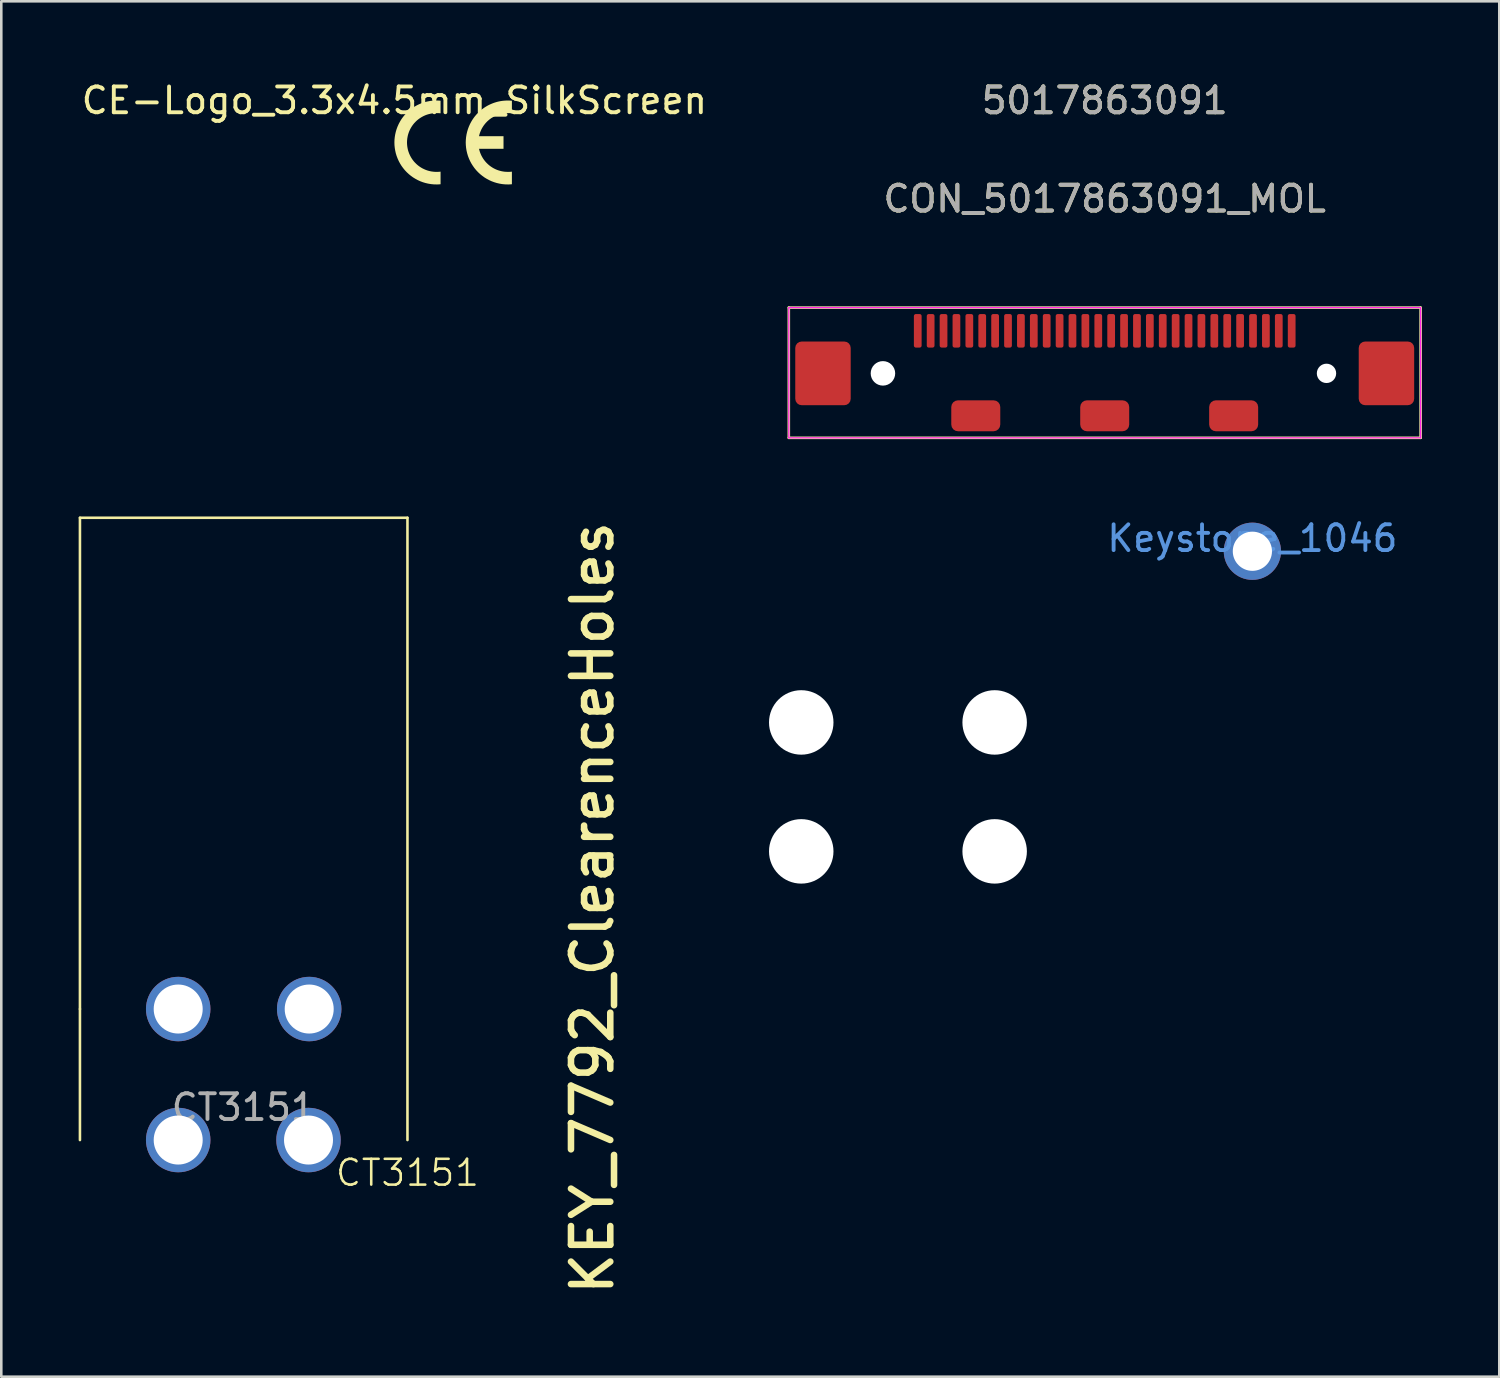
<source format=kicad_pcb>
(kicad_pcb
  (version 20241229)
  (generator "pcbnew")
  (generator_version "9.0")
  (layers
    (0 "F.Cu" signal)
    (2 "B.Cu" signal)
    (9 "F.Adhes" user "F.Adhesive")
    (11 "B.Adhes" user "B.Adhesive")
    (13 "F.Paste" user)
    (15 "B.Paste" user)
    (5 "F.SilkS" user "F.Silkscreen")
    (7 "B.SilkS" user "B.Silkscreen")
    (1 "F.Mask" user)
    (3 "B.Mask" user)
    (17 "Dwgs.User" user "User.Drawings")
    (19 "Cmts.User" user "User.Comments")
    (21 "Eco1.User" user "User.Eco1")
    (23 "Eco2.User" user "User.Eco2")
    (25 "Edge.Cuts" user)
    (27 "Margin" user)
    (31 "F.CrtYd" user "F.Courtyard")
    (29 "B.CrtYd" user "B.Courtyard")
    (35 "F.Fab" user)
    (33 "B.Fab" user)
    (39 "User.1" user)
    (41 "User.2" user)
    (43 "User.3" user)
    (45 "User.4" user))
  (footprint "Keystone_1046"
    (layer "F.Cu")
    (at 45.514 18.326)
    (property "Reference" "Keystone_1046" (at 0 -0.5 0) (unlocked yes) (layer "Cmts.User") (effects (font (size 1 1) (thickness 0.15))))
    (attr through_hole)
    (fp_text user "${REFERENCE}" (at 0 2 0) (unlocked yes) (layer "User.6") (effects (font (size 1 1) (thickness 0.15))))
    (pad "1" thru_hole circle (at 0 0) (size 2.22 2.22) (drill 1.52) (layers "*.Cu" "*.Mask")))
  (footprint "CON_5017863091_MOL"
    (layer "F.Cu")
    (at 39.788 11.403)
    (property "Reference" "CON_5017863091_MOL" (at 0 -6.745 0) (unlocked yes) (layer "F.SilkS") (effects (font (size 1 1) (thickness 0.15))))
    (attr smd)
    (fp_line (start -12.25 -2.525) (end -12.25 2.525) (stroke (width 0.1) (type default)) (layer "F.SilkS"))
    (fp_line (start -12.25 -2.525) (end 12.25 -2.525) (stroke (width 0.1) (type default)) (layer "F.SilkS"))
    (fp_line (start -12.25 2.525) (end 12.25 2.525) (stroke (width 0.1) (type default)) (layer "F.SilkS"))
    (fp_line (start 12.25 2.525) (end 12.25 -2.525) (stroke (width 0.1) (type default)) (layer "F.SilkS"))
    (fp_line (start -12.25 -2.525) (end -12.25 2.525) (stroke (width 0.05) (type default)) (layer "F.CrtYd"))
    (fp_line (start -12.25 -2.525) (end 12.25 -2.525) (stroke (width 0.05) (type default)) (layer "F.CrtYd"))
    (fp_line (start 12.25 -2.525) (end 12.25 2.525) (stroke (width 0.05) (type default)) (layer "F.CrtYd"))
    (fp_line (start 12.25 2.525) (end -12.25 2.525) (stroke (width 0.05) (type default)) (layer "F.CrtYd"))
    (fp_text user "5017863091" (at 0 -10.555 0) (unlocked yes) (layer "F.SilkS") (effects (font (size 1 1) (thickness 0.15))))
    (fp_text user "5017863091" (at 0 -10.555 0) (unlocked yes) (layer "F.Fab") (effects (font (size 1 1) (thickness 0.15))))
    (fp_text user "${REFERENCE}" (at 0 -6.745 0) (unlocked yes) (layer "F.Fab") (effects (font (size 1 1) (thickness 0.15))))
    (pad "" np_thru_hole circle (at -8.6 0.025) (size 0.95 0.95) (drill 0.95) (layers "*.Cu" "*.Mask"))
    (pad "" np_thru_hole circle (at 8.6 0.025) (size 0.75 0.75) (drill 0.75) (layers "*.Cu" "*.Mask"))
    (pad "1" smd roundrect (at -7.25 -1.625) (size 0.3 1.3) (layers "F.Cu" "F.Mask" "F.Paste") (roundrect_rratio 0.25))
    (pad "2" smd roundrect (at -6.75 -1.625) (size 0.3 1.3) (layers "F.Cu" "F.Mask" "F.Paste") (roundrect_rratio 0.25))
    (pad "3" smd roundrect (at -6.25 -1.625) (size 0.3 1.3) (layers "F.Cu" "F.Mask" "F.Paste") (roundrect_rratio 0.25))
    (pad "4" smd roundrect (at -5.75 -1.625) (size 0.3 1.3) (layers "F.Cu" "F.Mask" "F.Paste") (roundrect_rratio 0.25))
    (pad "5" smd roundrect (at -5.25 -1.625) (size 0.3 1.3) (layers "F.Cu" "F.Mask" "F.Paste") (roundrect_rratio 0.25))
    (pad "6" smd roundrect (at -4.75 -1.625) (size 0.3 1.3) (layers "F.Cu" "F.Mask" "F.Paste") (roundrect_rratio 0.25))
    (pad "7" smd roundrect (at -4.25 -1.625) (size 0.3 1.3) (layers "F.Cu" "F.Mask" "F.Paste") (roundrect_rratio 0.25))
    (pad "8" smd roundrect (at -3.75 -1.625) (size 0.3 1.3) (layers "F.Cu" "F.Mask" "F.Paste") (roundrect_rratio 0.25))
    (pad "9" smd roundrect (at -3.25 -1.625) (size 0.3 1.3) (layers "F.Cu" "F.Mask" "F.Paste") (roundrect_rratio 0.25))
    (pad "10" smd roundrect (at -2.75 -1.625) (size 0.3 1.3) (layers "F.Cu" "F.Mask" "F.Paste") (roundrect_rratio 0.25))
    (pad "11" smd roundrect (at -2.25 -1.625) (size 0.3 1.3) (layers "F.Cu" "F.Mask" "F.Paste") (roundrect_rratio 0.25))
    (pad "12" smd roundrect (at -1.75 -1.625) (size 0.3 1.3) (layers "F.Cu" "F.Mask" "F.Paste") (roundrect_rratio 0.25))
    (pad "13" smd roundrect (at -1.25 -1.625) (size 0.3 1.3) (layers "F.Cu" "F.Mask" "F.Paste") (roundrect_rratio 0.25))
    (pad "14" smd roundrect (at -0.75 -1.625) (size 0.3 1.3) (layers "F.Cu" "F.Mask" "F.Paste") (roundrect_rratio 0.25))
    (pad "15" smd roundrect (at -0.25 -1.625) (size 0.3 1.3) (layers "F.Cu" "F.Mask" "F.Paste") (roundrect_rratio 0.25))
    (pad "16" smd roundrect (at 0.25 -1.625) (size 0.3 1.3) (layers "F.Cu" "F.Mask" "F.Paste") (roundrect_rratio 0.25))
    (pad "17" smd roundrect (at 0.75 -1.625) (size 0.3 1.3) (layers "F.Cu" "F.Mask" "F.Paste") (roundrect_rratio 0.25))
    (pad "18" smd roundrect (at 1.25 -1.625) (size 0.3 1.3) (layers "F.Cu" "F.Mask" "F.Paste") (roundrect_rratio 0.25))
    (pad "19" smd roundrect (at 1.75 -1.625) (size 0.3 1.3) (layers "F.Cu" "F.Mask" "F.Paste") (roundrect_rratio 0.25))
    (pad "20" smd roundrect (at 2.25 -1.625) (size 0.3 1.3) (layers "F.Cu" "F.Mask" "F.Paste") (roundrect_rratio 0.25))
    (pad "21" smd roundrect (at 2.75 -1.625) (size 0.3 1.3) (layers "F.Cu" "F.Mask" "F.Paste") (roundrect_rratio 0.25))
    (pad "22" smd roundrect (at 3.25 -1.625) (size 0.3 1.3) (layers "F.Cu" "F.Mask" "F.Paste") (roundrect_rratio 0.25))
    (pad "23" smd roundrect (at 3.75 -1.625) (size 0.3 1.3) (layers "F.Cu" "F.Mask" "F.Paste") (roundrect_rratio 0.25))
    (pad "24" smd roundrect (at 4.25 -1.625) (size 0.3 1.3) (layers "F.Cu" "F.Mask" "F.Paste") (roundrect_rratio 0.25))
    (pad "25" smd roundrect (at 4.75 -1.625) (size 0.3 1.3) (layers "F.Cu" "F.Mask" "F.Paste") (roundrect_rratio 0.25))
    (pad "26" smd roundrect (at 5.25 -1.625) (size 0.3 1.3) (layers "F.Cu" "F.Mask" "F.Paste") (roundrect_rratio 0.25))
    (pad "27" smd roundrect (at 5.75 -1.625) (size 0.3 1.3) (layers "F.Cu" "F.Mask" "F.Paste") (roundrect_rratio 0.25))
    (pad "28" smd roundrect (at 6.25 -1.625) (size 0.3 1.3) (layers "F.Cu" "F.Mask" "F.Paste") (roundrect_rratio 0.25))
    (pad "29" smd roundrect (at 6.75 -1.625) (size 0.3 1.3) (layers "F.Cu" "F.Mask" "F.Paste") (roundrect_rratio 0.25))
    (pad "30" smd roundrect (at 7.25 -1.625) (size 0.3 1.3) (layers "F.Cu" "F.Mask" "F.Paste") (roundrect_rratio 0.25))
    (pad "P1" smd roundrect (at 10.925 0.025) (size 2.15 2.47) (layers "F.Cu" "F.Mask" "F.Paste") (roundrect_rratio 0.116))
    (pad "P2" smd roundrect (at -10.925 0.025) (size 2.15 2.47) (layers "F.Cu" "F.Mask" "F.Paste") (roundrect_rratio 0.116))
    (pad "SH" smd roundrect (at -5 1.67) (size 1.9 1.2) (layers "F.Cu" "F.Mask" "F.Paste") (roundrect_rratio 0.217))
    (pad "SH" smd roundrect (at 0 1.67) (size 1.9 1.2) (layers "F.Cu" "F.Mask" "F.Paste") (roundrect_rratio 0.217))
    (pad "SH" smd roundrect (at 5 1.67) (size 1.9 1.2) (layers "F.Cu" "F.Mask" "F.Paste") (roundrect_rratio 0.217)))
  (footprint "CT3151"
    (layer "F.Cu")
    (at 6.4 38.618)
    (property "Reference" "CT3151" (at 6.35 3.81 0) (unlocked yes) (layer "F.SilkS") (effects (font (size 1 1) (thickness 0.1))))
    (attr through_hole)
    (fp_line (start -6.35 -21.59) (end 6.35 -21.59) (stroke (width 0.1) (type default)) (layer "F.SilkS"))
    (fp_line (start -6.35 -2.54) (end -6.35 -21.59) (stroke (width 0.1) (type default)) (layer "F.SilkS"))
    (fp_line (start -6.35 -2.54) (end -6.35 2.54) (stroke (width 0.1) (type default)) (layer "F.SilkS"))
    (fp_line (start 6.35 -21.59) (end 6.35 2.54) (stroke (width 0.1) (type default)) (layer "F.SilkS"))
    (fp_text user "${REFERENCE}" (at 0 1.27 0) (unlocked yes) (layer "F.Fab") (effects (font (size 1 1) (thickness 0.15))))
    (pad "1" thru_hole circle (at -2.54 -2.54) (size 2.5 2.5) (drill 1.9) (layers "*.Cu" "*.Mask"))
    (pad "1" thru_hole circle (at -2.54 2.54) (size 2.5 2.5) (drill 1.9) (layers "*.Cu" "*.Mask"))
    (pad "1" thru_hole circle (at 2.513 2.54) (size 2.5 2.5) (drill 1.9) (layers "*.Cu" "*.Mask"))
    (pad "1" thru_hole circle (at 2.54 -2.54) (size 2.5 2.5) (drill 1.9) (layers "*.Cu" "*.Mask")))
  (footprint "KEY_7792_ClearenceHoles"
    (layer "F.Cu")
    (at 31.77 27.464)
    (property "Reference" "KEY_7792_ClearenceHoles" (at -11.847 4.692 90) (unlocked yes) (layer "F.SilkS") (effects (font (size 1.524 1.524) (thickness 0.254))))
    (pad "" np_thru_hole circle (at -3.75 -2.5) (size 2.5 2.5) (drill 2.5) (layers "*.Cu" "*.Mask"))
    (pad "" np_thru_hole circle (at -3.75 2.5) (size 2.5 2.5) (drill 2.5) (layers "*.Cu" "*.Mask"))
    (pad "" np_thru_hole circle (at 3.75 -2.5 180) (size 2.5 2.5) (drill 2.5) (layers "*.Cu" "*.Mask"))
    (pad "" np_thru_hole circle (at 3.75 2.5 180) (size 2.5 2.5) (drill 2.5) (layers "*.Cu" "*.Mask")))
  (footprint "CE-Logo_3.3x4.5mm_SilkScreen"
    (layer "F.Cu")
    (at 12.244 0.848)
    (property "Reference" "CE-Logo_3.3x4.5mm_SilkScreen" (at 0 0 0) (layer "F.SilkS") (effects (font (size 1 1) (thickness 0.15))))
    (attr board_only exclude_from_pos_files exclude_from_bom allow_missing_courtyard)
    (fp_poly (pts (xy 4.414 0.000128) (xy 4.434 0.001) (xy 4.455 0.001) (xy 4.475 0.002) (xy 4.495 0.003) (xy 4.516 0.005) (xy 4.536 0.006) (xy 4.556 0.008) (xy 4.556 0.496) (xy 4.536 0.494) (xy 4.516 0.492) (xy 4.495 0.491) (xy 4.475 0.489) (xy 4.455 0.488) (xy 4.434 0.488) (xy 4.414 0.488) (xy 4.393 0.488) (xy 4.343 0.489) (xy 4.294 0.492) (xy 4.245 0.498) (xy 4.197 0.505) (xy 4.149 0.515) (xy 4.102 0.526) (xy 4.056 0.539) (xy 4.01 0.554) (xy 3.965 0.572) (xy 3.921 0.59) (xy 3.836 0.634) (xy 3.756 0.683) (xy 3.679 0.74) (xy 3.608 0.802) (xy 3.542 0.87) (xy 3.482 0.944) (xy 3.454 0.983) (xy 3.428 1.023) (xy 3.403 1.064) (xy 3.38 1.106) (xy 3.359 1.15) (xy 3.34 1.195) (xy 3.322 1.24) (xy 3.306 1.287) (xy 3.293 1.335) (xy 3.281 1.383) (xy 4.231 1.383) (xy 4.231 1.871) (xy 3.281 1.871) (xy 3.293 1.92) (xy 3.306 1.967) (xy 3.322 2.014) (xy 3.34 2.06) (xy 3.359 2.104) (xy 3.38 2.148) (xy 3.403 2.19) (xy 3.428 2.232) (xy 3.454 2.272) (xy 3.482 2.31) (xy 3.511 2.348) (xy 3.542 2.384) (xy 3.574 2.419) (xy 3.608 2.452) (xy 3.643 2.484) (xy 3.679 2.515) (xy 3.717 2.544) (xy 3.756 2.571) (xy 3.796 2.597) (xy 3.836 2.621) (xy 3.878 2.643) (xy 3.921 2.664) (xy 3.965 2.683) (xy 4.01 2.7) (xy 4.056 2.715) (xy 4.102 2.728) (xy 4.149 2.74) (xy 4.197 2.749) (xy 4.245 2.757) (xy 4.294 2.762) (xy 4.343 2.765) (xy 4.393 2.766) (xy 4.414 2.766) (xy 4.434 2.766) (xy 4.455 2.766) (xy 4.475 2.765) (xy 4.495 2.764) (xy 4.516 2.762) (xy 4.536 2.76) (xy 4.556 2.758) (xy 4.556 3.246) (xy 4.536 3.248) (xy 4.516 3.25) (xy 4.495 3.251) (xy 4.475 3.252) (xy 4.455 3.253) (xy 4.434 3.254) (xy 4.414 3.254) (xy 4.393 3.254) (xy 4.285 3.251) (xy 4.178 3.24) (xy 4.072 3.222) (xy 3.969 3.198) (xy 3.868 3.167) (xy 3.769 3.13) (xy 3.673 3.086) (xy 3.58 3.036) (xy 3.49 2.981) (xy 3.405 2.919) (xy 3.323 2.853) (xy 3.245 2.78) (xy 3.172 2.703) (xy 3.104 2.62) (xy 3.042 2.533) (xy 2.984 2.441) (xy 2.933 2.345) (xy 2.889 2.247) (xy 2.851 2.147) (xy 2.821 2.045) (xy 2.797 1.942) (xy 2.78 1.837) (xy 2.77 1.732) (xy 2.766 1.627) (xy 2.77 1.522) (xy 2.78 1.417) (xy 2.797 1.313) (xy 2.821 1.209) (xy 2.851 1.108) (xy 2.889 1.007) (xy 2.933 0.909) (xy 2.984 0.814) (xy 3.012 0.767) (xy 3.042 0.721) (xy 3.072 0.677) (xy 3.104 0.634) (xy 3.138 0.592) (xy 3.172 0.552) (xy 3.208 0.512) (xy 3.245 0.474) (xy 3.283 0.437) (xy 3.323 0.402) (xy 3.363 0.368) (xy 3.405 0.335) (xy 3.447 0.304) (xy 3.49 0.274) (xy 3.535 0.245) (xy 3.58 0.218) (xy 3.626 0.192) (xy 3.673 0.168) (xy 3.72 0.146) (xy 3.769 0.125) (xy 3.818 0.105) (xy 3.868 0.087) (xy 3.918 0.071) (xy 3.969 0.056) (xy 4.02 0.043) (xy 4.072 0.032) (xy 4.125 0.022) (xy 4.178 0.014) (xy 4.231 0.008) (xy 4.285 0.004) (xy 4.339 0.001) (xy 4.393 0)) (stroke (width 0) (type solid)) (fill yes) (layer "F.SilkS"))
    (fp_poly (pts (xy 1.648 0.000128) (xy 1.668 0.001) (xy 1.688 0.001) (xy 1.709 0.002) (xy 1.729 0.003) (xy 1.749 0.005) (xy 1.77 0.006) (xy 1.79 0.008) (xy 1.79 0.496) (xy 1.77 0.494) (xy 1.749 0.492) (xy 1.729 0.491) (xy 1.709 0.489) (xy 1.688 0.488) (xy 1.668 0.488) (xy 1.648 0.488) (xy 1.627 0.488) (xy 1.551 0.491) (xy 1.476 0.498) (xy 1.402 0.511) (xy 1.33 0.528) (xy 1.259 0.549) (xy 1.19 0.575) (xy 1.123 0.606) (xy 1.058 0.641) (xy 0.995 0.68) (xy 0.935 0.723) (xy 0.878 0.769) (xy 0.824 0.82) (xy 0.772 0.874) (xy 0.725 0.932) (xy 0.681 0.993) (xy 0.641 1.058) (xy 0.605 1.125) (xy 0.574 1.193) (xy 0.548 1.263) (xy 0.526 1.335) (xy 0.51 1.407) (xy 0.498 1.48) (xy 0.491 1.553) (xy 0.488 1.627) (xy 0.491 1.701) (xy 0.498 1.774) (xy 0.51 1.847) (xy 0.526 1.92) (xy 0.548 1.991) (xy 0.574 2.061) (xy 0.605 2.13) (xy 0.641 2.197) (xy 0.66 2.229) (xy 0.681 2.261) (xy 0.702 2.292) (xy 0.725 2.322) (xy 0.748 2.352) (xy 0.772 2.38) (xy 0.798 2.408) (xy 0.824 2.434) (xy 0.85 2.46) (xy 0.878 2.485) (xy 0.906 2.509) (xy 0.935 2.532) (xy 0.965 2.554) (xy 0.995 2.575) (xy 1.026 2.595) (xy 1.058 2.614) (xy 1.09 2.632) (xy 1.123 2.648) (xy 1.156 2.664) (xy 1.19 2.679) (xy 1.224 2.693) (xy 1.259 2.705) (xy 1.294 2.717) (xy 1.33 2.727) (xy 1.366 2.736) (xy 1.402 2.744) (xy 1.439 2.751) (xy 1.476 2.756) (xy 1.514 2.761) (xy 1.551 2.764) (xy 1.589 2.766) (xy 1.627 2.766) (xy 1.648 2.766) (xy 1.668 2.766) (xy 1.688 2.766) (xy 1.709 2.765) (xy 1.729 2.764) (xy 1.749 2.762) (xy 1.77 2.76) (xy 1.79 2.758) (xy 1.79 3.246) (xy 1.77 3.248) (xy 1.749 3.25) (xy 1.729 3.251) (xy 1.709 3.252) (xy 1.688 3.253) (xy 1.668 3.254) (xy 1.648 3.254) (xy 1.627 3.254) (xy 1.519 3.251) (xy 1.412 3.24) (xy 1.306 3.222) (xy 1.203 3.198) (xy 1.101 3.167) (xy 1.002 3.13) (xy 0.906 3.086) (xy 0.814 3.036) (xy 0.724 2.981) (xy 0.638 2.919) (xy 0.557 2.853) (xy 0.479 2.78) (xy 0.406 2.703) (xy 0.338 2.62) (xy 0.275 2.533) (xy 0.218 2.441) (xy 0.167 2.345) (xy 0.123 2.247) (xy 0.085 2.147) (xy 0.054 2.045) (xy 0.031 1.942) (xy 0.014 1.837) (xy 0.003 1.732) (xy 0 1.627) (xy 0.003 1.522) (xy 0.014 1.417) (xy 0.031 1.313) (xy 0.055 1.209) (xy 0.085 1.108) (xy 0.123 1.007) (xy 0.167 0.909) (xy 0.218 0.814) (xy 0.246 0.767) (xy 0.275 0.721) (xy 0.306 0.677) (xy 0.338 0.634) (xy 0.372 0.592) (xy 0.406 0.552) (xy 0.442 0.512) (xy 0.479 0.474) (xy 0.517 0.437) (xy 0.557 0.402) (xy 0.597 0.368) (xy 0.638 0.335) (xy 0.681 0.304) (xy 0.724 0.274) (xy 0.768 0.245) (xy 0.814 0.218) (xy 0.86 0.192) (xy 0.906 0.168) (xy 0.954 0.146) (xy 1.002 0.125) (xy 1.052 0.105) (xy 1.101 0.087) (xy 1.152 0.071) (xy 1.203 0.056) (xy 1.254 0.043) (xy 1.306 0.032) (xy 1.359 0.022) (xy 1.412 0.014) (xy 1.465 0.008) (xy 1.519 0.004) (xy 1.573 0.001) (xy 1.627 0)) (stroke (width 0) (type solid)) (fill yes) (layer "F.SilkS")))
  (gr_rect
    (start -3 -3)
    (end 55.088 50.335)
    (stroke (width 0.1) (type default))
    (fill no)
    (layer "Edge.Cuts")))
</source>
